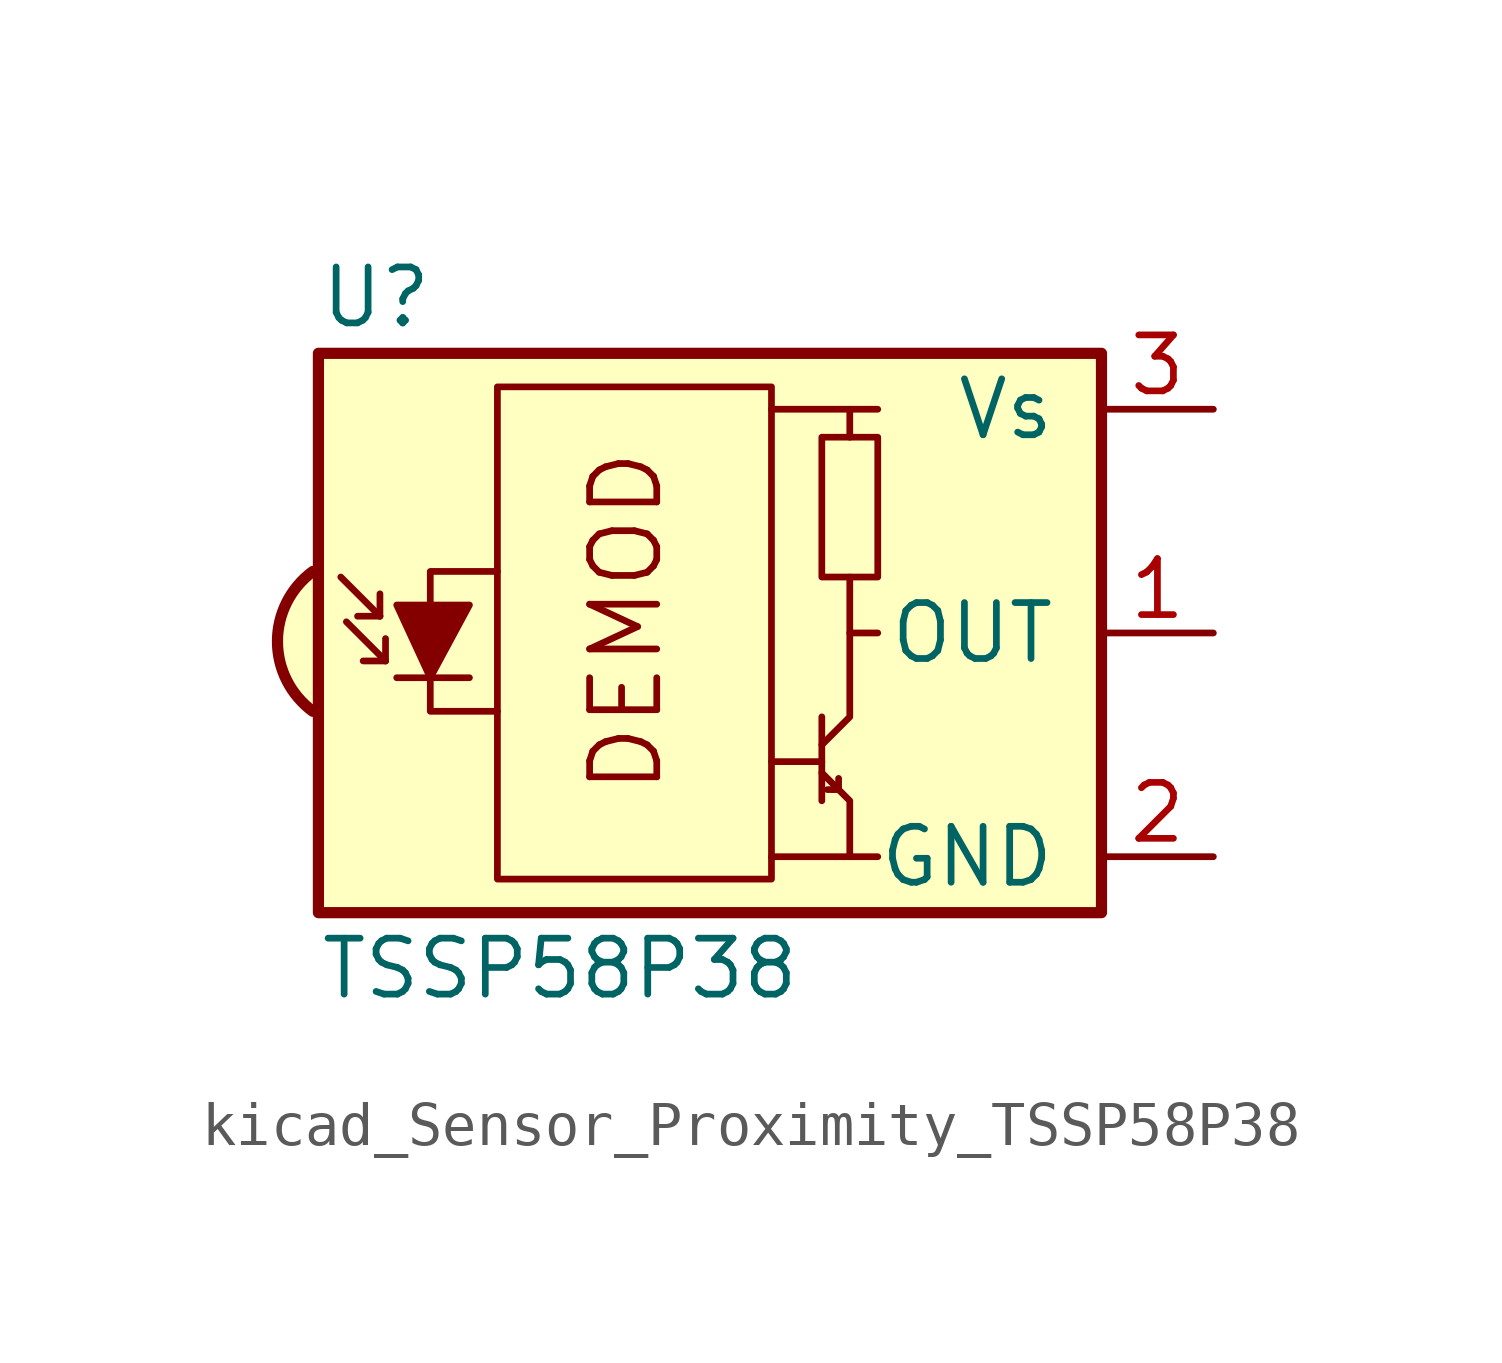
<source format=kicad_sym>
(kicad_symbol_lib
  (version 20220914)
  (generator kicad_symbol_editor)
  (symbol "kicad_Sensor_Proximity_TSSP58P38"
    (pin_names
      (offset 1.016))
    (property "Reference" "U"
      (at -10.16 7.62 0)
      (effects (font (size 1.27 1.27)) (justify left)))
    (property "Value" "TSSP58P38"
      (at -10.16 -7.62 0)
      (effects (font (size 1.27 1.27)) (justify left)))
    (symbol "kicad_Sensor_Proximity_TSSP58P38_0_0"
      (arc (start -10.287 1.397) (mid -11.0899 -0.1852) (end -10.287 -1.778) (stroke (width 0.254) (type default)) (fill (type background)))
      (polyline (pts (xy 1.905 -5.08) (xy 0.127 -5.08)) (stroke (width 0) (type default)) (fill (type none)))
      (polyline (pts (xy 1.905 5.08) (xy 0.127 5.08)) (stroke (width 0) (type default)) (fill (type none)))
      (text "DEMOD" (at -3.175 0.254 900) (effects (font (size 1.524 1.524)))))
    (symbol "kicad_Sensor_Proximity_TSSP58P38_0_1"
      (rectangle (start -6.096 5.588) (end 0.127 -5.588) (stroke (width 0) (type default)) (fill (type none)))
      (polyline (pts (xy -8.763 0.381) (xy -9.652 1.27)) (stroke (width 0) (type default)) (fill (type none)))
      (polyline (pts (xy -8.763 0.381) (xy -9.271 0.381)) (stroke (width 0) (type default)) (fill (type none)))
      (polyline (pts (xy -8.763 0.381) (xy -8.763 0.889)) (stroke (width 0) (type default)) (fill (type none)))
      (polyline (pts (xy -8.636 -0.635) (xy -9.525 0.254)) (stroke (width 0) (type default)) (fill (type none)))
      (polyline (pts (xy -8.636 -0.635) (xy -9.144 -0.635)) (stroke (width 0) (type default)) (fill (type none)))
      (polyline (pts (xy -8.636 -0.635) (xy -8.636 -0.127)) (stroke (width 0) (type default)) (fill (type none)))
      (polyline (pts (xy -8.382 -1.016) (xy -6.731 -1.016)) (stroke (width 0) (type default)) (fill (type none)))
      (polyline (pts (xy 1.27 -2.921) (xy 0.127 -2.921)) (stroke (width 0) (type default)) (fill (type none)))
      (polyline (pts (xy 1.27 -1.905) (xy 1.27 -3.81)) (stroke (width 0) (type default)) (fill (type none)))
      (polyline (pts (xy 1.397 -3.556) (xy 1.524 -3.556)) (stroke (width 0) (type default)) (fill (type none)))
      (polyline (pts (xy 1.651 -3.556) (xy 1.524 -3.556)) (stroke (width 0) (type default)) (fill (type none)))
      (polyline (pts (xy 1.651 -3.556) (xy 1.651 -3.302)) (stroke (width 0) (type default)) (fill (type none)))
      (polyline (pts (xy 1.905 0) (xy 1.905 1.27)) (stroke (width 0) (type default)) (fill (type none)))
      (polyline (pts (xy 1.905 4.445) (xy 1.905 5.08) (xy 2.54 5.08)) (stroke (width 0) (type default)) (fill (type none)))
      (polyline (pts (xy -8.382 0.635) (xy -6.731 0.635) (xy -7.62 -1.016) (xy -8.382 0.635)) (stroke (width 0) (type default)) (fill (type outline)))
      (polyline (pts (xy -6.096 1.397) (xy -7.62 1.397) (xy -7.62 -1.778) (xy -6.096 -1.778)) (stroke (width 0) (type default)) (fill (type none)))
      (polyline (pts (xy 1.27 -3.175) (xy 1.905 -3.81) (xy 1.905 -5.08) (xy 2.54 -5.08)) (stroke (width 0) (type default)) (fill (type none)))
      (polyline (pts (xy 1.27 -2.54) (xy 1.905 -1.905) (xy 1.905 0) (xy 2.54 0)) (stroke (width 0) (type default)) (fill (type none)))
      (rectangle (start 2.54 1.27) (end 1.27 4.445) (stroke (width 0) (type default)) (fill (type none)))
      (rectangle (start 7.62 6.35) (end -10.16 -6.35) (stroke (width 0.254) (type default)) (fill (type background))))
    (symbol "kicad_Sensor_Proximity_TSSP58P38_1_1"
      (pin output line (at 10.16 0 180) (length 2.54) (name "OUT" (effects (font (size 1.27 1.27)))) (number "1" (effects (font (size 1.27 1.27)))))
      (pin power_in line (at 10.16 -5.08 180) (length 2.54) (name "GND" (effects (font (size 1.27 1.27)))) (number "2" (effects (font (size 1.27 1.27)))))
      (pin power_in line (at 10.16 5.08 180) (length 2.54) (name "Vs" (effects (font (size 1.27 1.27)))) (number "3" (effects (font (size 1.27 1.27))))))))
</source>
